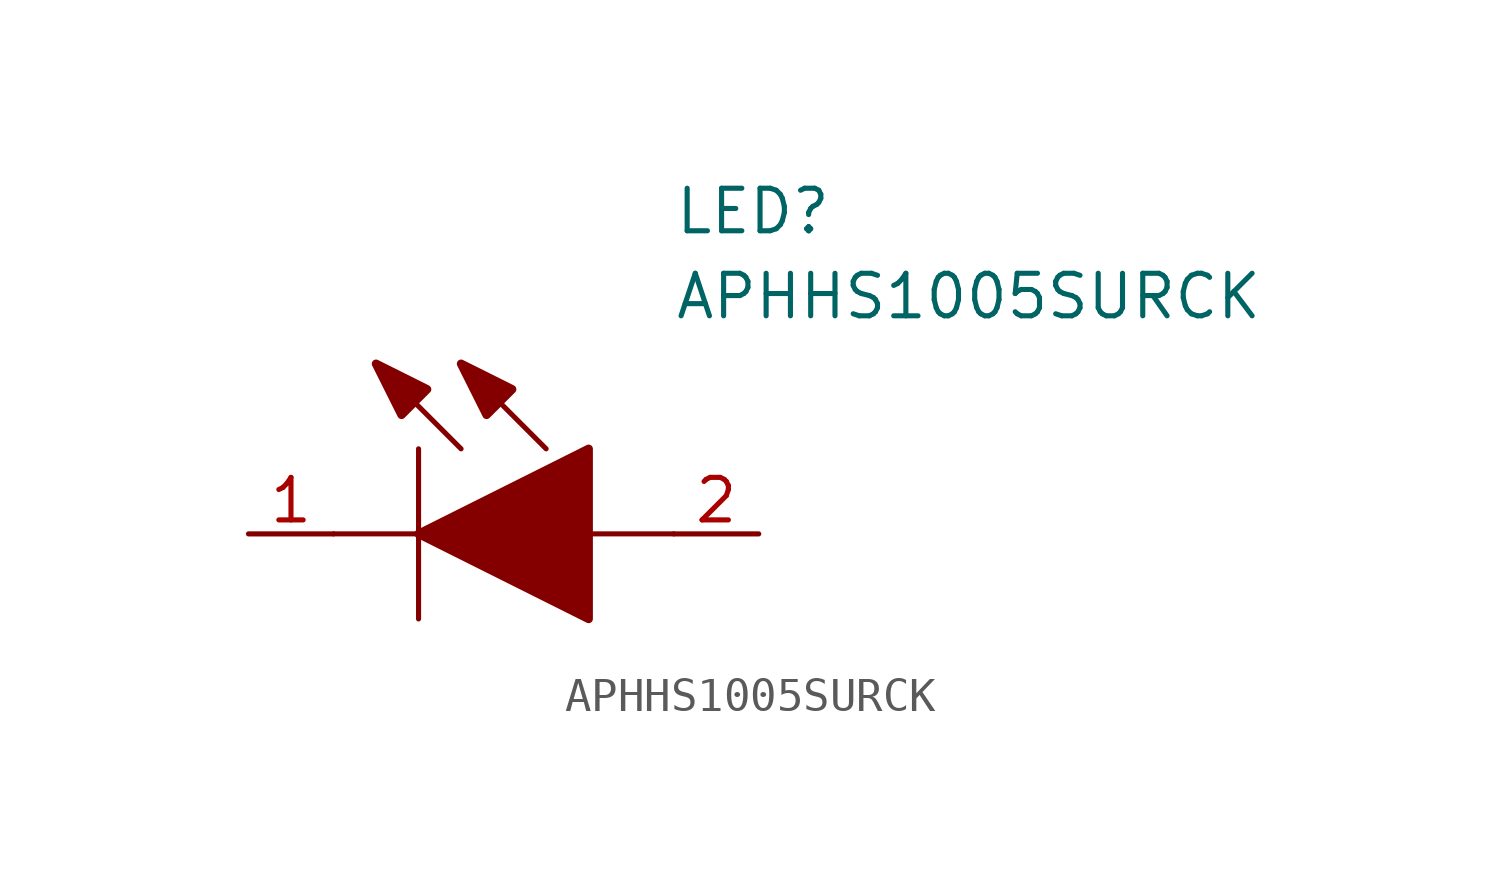
<source format=kicad_sym>
(kicad_symbol_lib
  (version 20211014)
  (generator kicad_symbol_editor)
  (symbol "APHHS1005SURCK"
    (pin_names
      (offset 0.762))
    (property "Reference" "LED"
      (at 12.7 8.89 0)
      (effects (font (size 1.27 1.27)) (justify left bottom)))
    (property "Value" "APHHS1005SURCK"
      (at 12.7 6.35 0)
      (effects (font (size 1.27 1.27)) (justify left bottom)))
    (symbol "APHHS1005SURCK_0_0"
      (pin passive line (at 0 0 0) (length 2.54) (name "~" (effects (font (size 1.27 1.27)))) (number "1" (effects (font (size 1.27 1.27)))))
      (pin passive line (at 15.24 0 180) (length 2.54) (name "~" (effects (font (size 1.27 1.27)))) (number "2" (effects (font (size 1.27 1.27))))))
    (symbol "APHHS1005SURCK_0_1"
      (polyline (pts (xy 2.54 0) (xy 5.08 0)) (stroke (width 0.152) (type default) (color 0 0 0 0)) (fill (type none)))
      (polyline (pts (xy 5.08 2.54) (xy 5.08 -2.54)) (stroke (width 0.152) (type default) (color 0 0 0 0)) (fill (type none)))
      (polyline (pts (xy 6.35 2.54) (xy 3.81 5.08)) (stroke (width 0.152) (type default) (color 0 0 0 0)) (fill (type none)))
      (polyline (pts (xy 8.89 2.54) (xy 6.35 5.08)) (stroke (width 0.152) (type default) (color 0 0 0 0)) (fill (type none)))
      (polyline (pts (xy 10.16 0) (xy 12.7 0)) (stroke (width 0.152) (type default) (color 0 0 0 0)) (fill (type none)))
      (polyline (pts (xy 5.08 0) (xy 10.16 2.54) (xy 10.16 -2.54) (xy 5.08 0)) (stroke (width 0.254) (type default) (color 0 0 0 0)) (fill (type outline)))
      (polyline (pts (xy 5.334 4.318) (xy 4.572 3.556) (xy 3.81 5.08) (xy 5.334 4.318)) (stroke (width 0.254) (type default) (color 0 0 0 0)) (fill (type outline)))
      (polyline (pts (xy 7.874 4.318) (xy 7.112 3.556) (xy 6.35 5.08) (xy 7.874 4.318)) (stroke (width 0.254) (type default) (color 0 0 0 0)) (fill (type outline))))))
</source>
